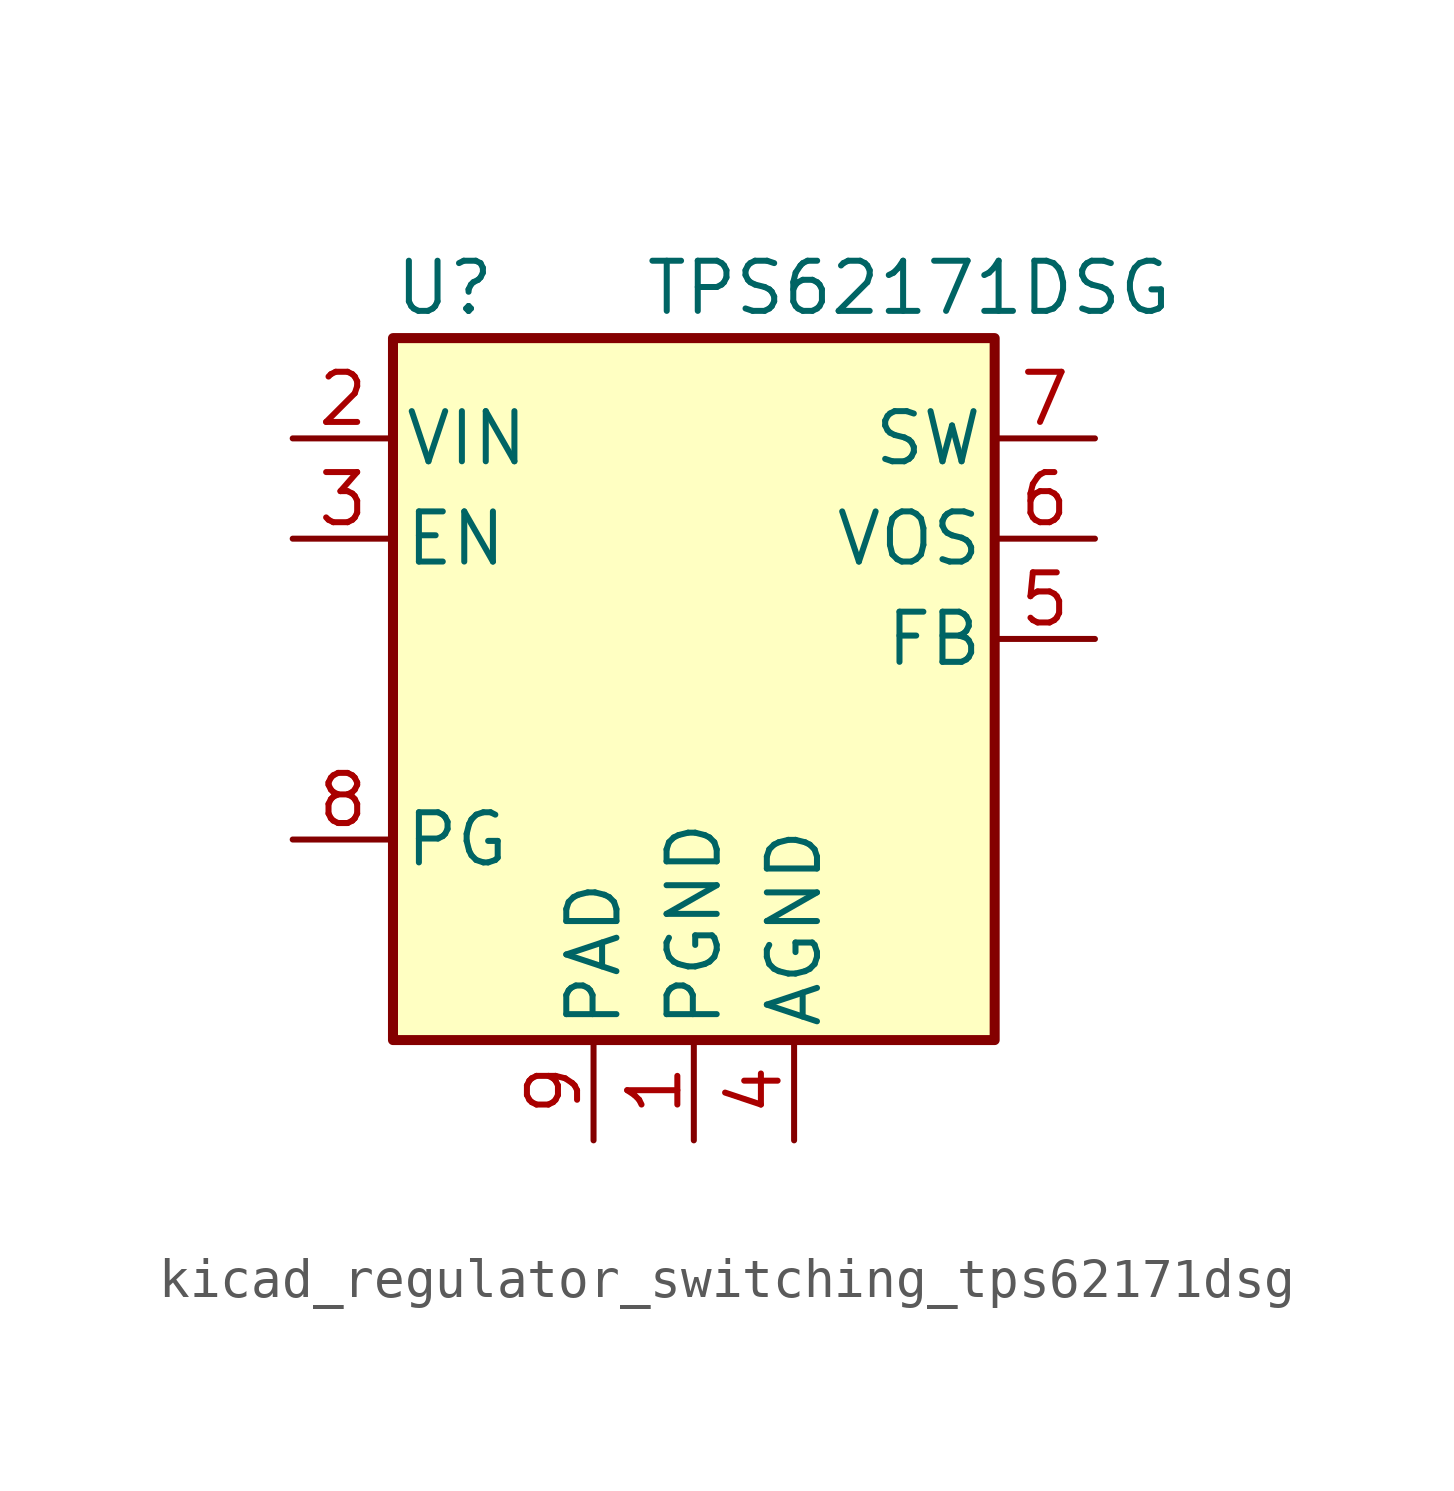
<source format=kicad_sym>
(kicad_symbol_lib
  (version 20220914)
  (generator kicad_symbol_editor)
  (symbol "kicad_regulator_switching_tps62171dsg"
    (pin_names
      (offset 0.254))
    (property "Reference" "U"
      (at -7.62 11.43 0)
      (effects (font (size 1.27 1.27)) (justify left)))
    (property "Value" "TPS62171DSG"
      (at -1.27 11.43 0)
      (effects (font (size 1.27 1.27)) (justify left)))
    (symbol "kicad_regulator_switching_tps62171dsg_0_1"
      (rectangle (start -7.62 10.16) (end 7.62 -7.62) (stroke (width 0.254) (type default)) (fill (type background))))
    (symbol "kicad_regulator_switching_tps62171dsg_1_1"
      (pin power_in line (at 0 -10.16 90) (length 2.54) (name "PGND" (effects (font (size 1.27 1.27)))) (number "1" (effects (font (size 1.27 1.27)))))
      (pin power_in line (at -10.16 7.62 0) (length 2.54) (name "VIN" (effects (font (size 1.27 1.27)))) (number "2" (effects (font (size 1.27 1.27)))))
      (pin input line (at -10.16 5.08 0) (length 2.54) (name "EN" (effects (font (size 1.27 1.27)))) (number "3" (effects (font (size 1.27 1.27)))))
      (pin power_in line (at 2.54 -10.16 90) (length 2.54) (name "AGND" (effects (font (size 1.27 1.27)))) (number "4" (effects (font (size 1.27 1.27)))))
      (pin input line (at 10.16 2.54 180) (length 2.54) (name "FB" (effects (font (size 1.27 1.27)))) (number "5" (effects (font (size 1.27 1.27)))))
      (pin input line (at 10.16 5.08 180) (length 2.54) (name "VOS" (effects (font (size 1.27 1.27)))) (number "6" (effects (font (size 1.27 1.27)))))
      (pin output line (at 10.16 7.62 180) (length 2.54) (name "SW" (effects (font (size 1.27 1.27)))) (number "7" (effects (font (size 1.27 1.27)))))
      (pin open_collector line (at -10.16 -2.54 0) (length 2.54) (name "PG" (effects (font (size 1.27 1.27)))) (number "8" (effects (font (size 1.27 1.27)))))
      (pin power_in line (at -2.54 -10.16 90) (length 2.54) (name "PAD" (effects (font (size 1.27 1.27)))) (number "9" (effects (font (size 1.27 1.27))))))))
</source>
